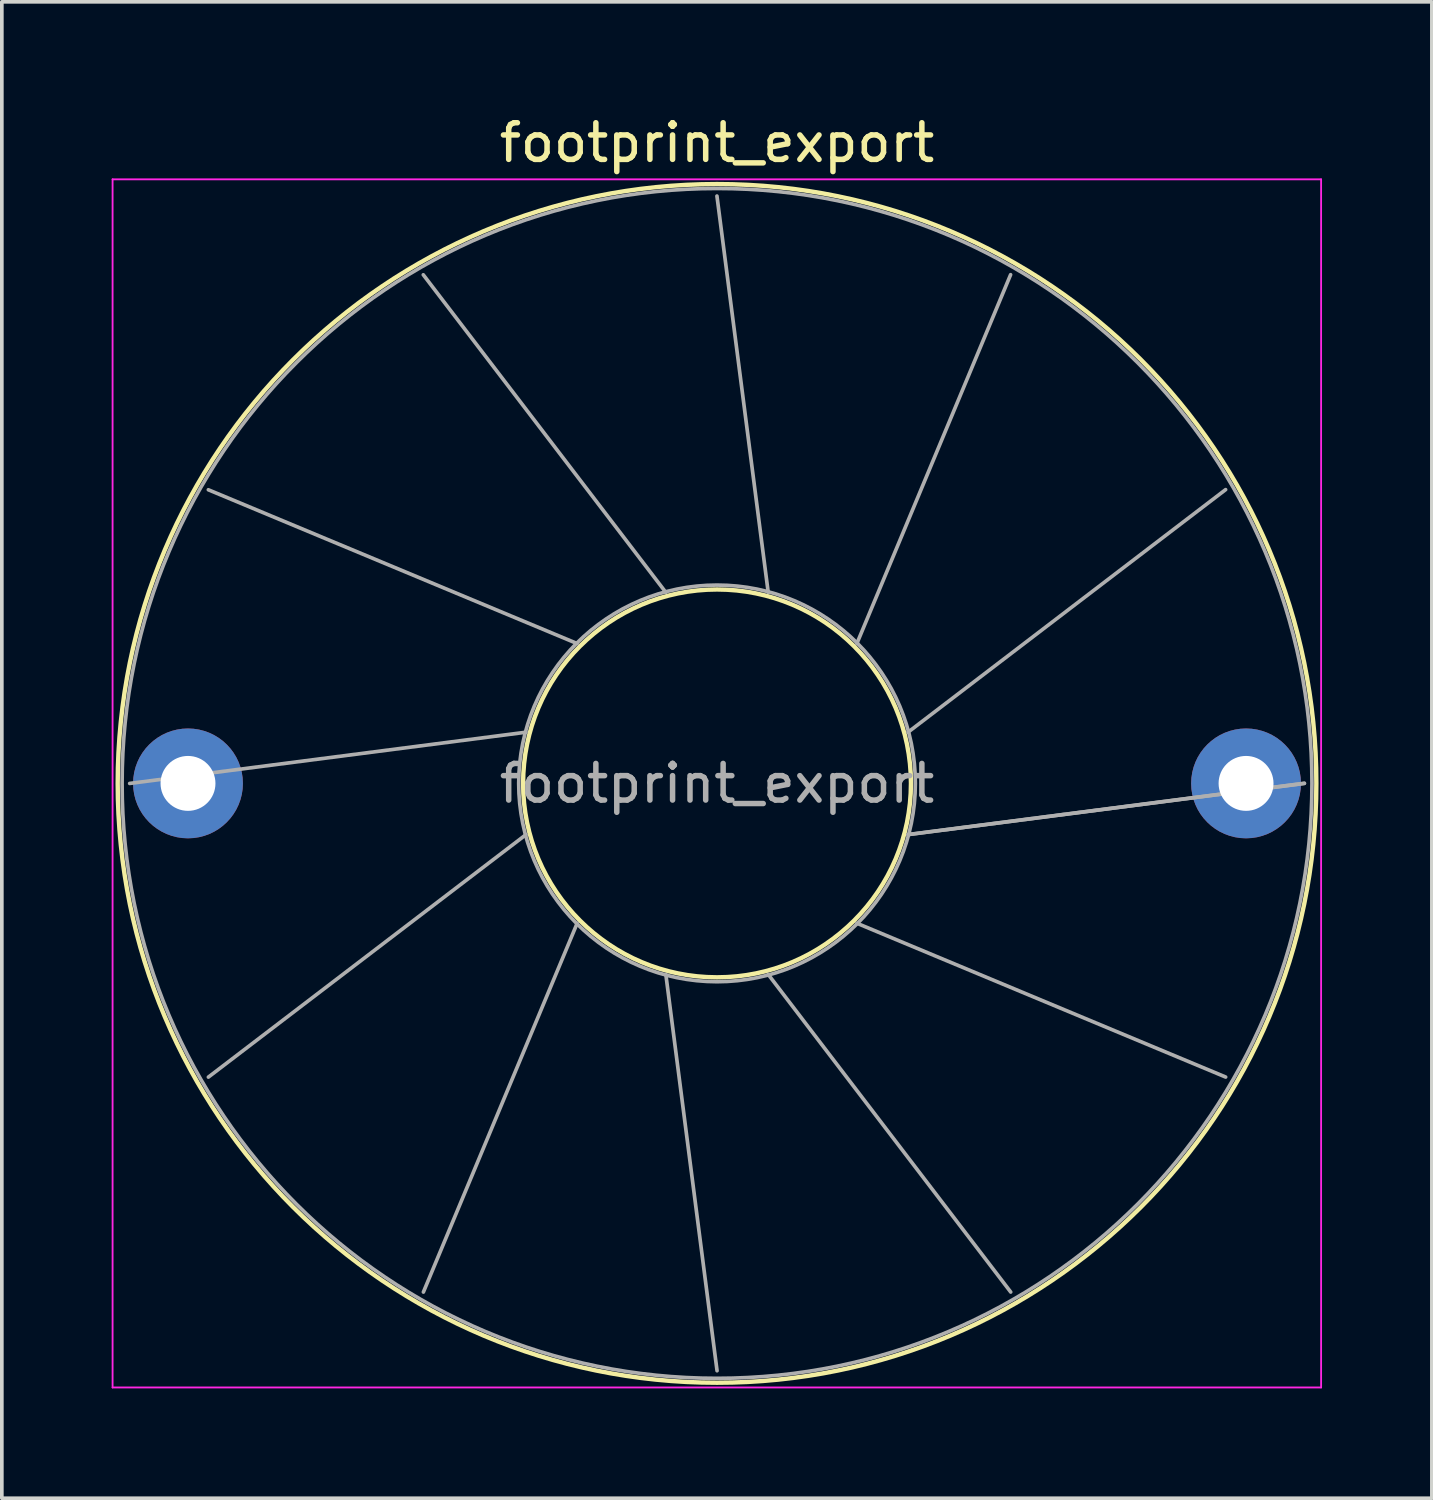
<source format=kicad_pcb>
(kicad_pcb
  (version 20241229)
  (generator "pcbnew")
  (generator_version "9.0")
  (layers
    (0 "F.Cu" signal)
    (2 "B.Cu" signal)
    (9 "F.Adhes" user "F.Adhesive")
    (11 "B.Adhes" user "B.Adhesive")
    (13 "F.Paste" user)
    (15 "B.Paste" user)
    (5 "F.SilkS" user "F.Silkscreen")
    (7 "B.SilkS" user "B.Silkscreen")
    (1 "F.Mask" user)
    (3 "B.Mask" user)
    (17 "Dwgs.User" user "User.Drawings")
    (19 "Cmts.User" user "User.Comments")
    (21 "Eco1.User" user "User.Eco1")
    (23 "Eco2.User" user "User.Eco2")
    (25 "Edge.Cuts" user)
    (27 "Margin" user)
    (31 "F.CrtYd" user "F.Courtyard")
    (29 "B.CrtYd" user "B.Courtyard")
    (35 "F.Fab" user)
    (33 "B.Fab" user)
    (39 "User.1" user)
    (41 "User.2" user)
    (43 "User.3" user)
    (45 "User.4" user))
  (footprint "footprint_export"
    (layer "F.Cu")
    (at 2.085 18.348)
    (property "Reference" "footprint_export" (at 14.45 -17.5 0) (layer "F.SilkS") (effects (font (size 1 1) (thickness 0.15))))
    (attr through_hole)
    (fp_circle (center 14.45 0) (end 19.747 0) (stroke (width 0.12) (type solid)) (fill no) (layer "F.SilkS"))
    (fp_circle (center 14.45 0) (end 30.82 0) (stroke (width 0.12) (type solid)) (fill no) (layer "F.SilkS"))
    (fp_line (start -2.06 -16.5) (end -2.06 16.5) (stroke (width 0.05) (type solid)) (layer "F.CrtYd"))
    (fp_line (start -2.06 16.5) (end 30.95 16.5) (stroke (width 0.05) (type solid)) (layer "F.CrtYd"))
    (fp_line (start 30.95 -16.5) (end -2.06 -16.5) (stroke (width 0.05) (type solid)) (layer "F.CrtYd"))
    (fp_line (start 30.95 16.5) (end 30.95 -16.5) (stroke (width 0.05) (type solid)) (layer "F.CrtYd"))
    (fp_line (start -1.593 0.001) (end 9.231 -1.398) (stroke (width 0.1) (type solid)) (layer "F.Fab"))
    (fp_line (start 0.556 -8.02) (end 10.629 -3.82) (stroke (width 0.1) (type solid)) (layer "F.Fab"))
    (fp_line (start 0.557 8.022) (end 9.232 1.399) (stroke (width 0.1) (type solid)) (layer "F.Fab"))
    (fp_line (start 6.427 -13.892) (end 13.051 -5.218) (stroke (width 0.1) (type solid)) (layer "F.Fab"))
    (fp_line (start 6.43 13.894) (end 10.63 3.82) (stroke (width 0.1) (type solid)) (layer "F.Fab"))
    (fp_line (start 14.448 -16.043) (end 15.848 -5.219) (stroke (width 0.1) (type solid)) (layer "F.Fab"))
    (fp_line (start 14.451 16.043) (end 13.052 5.219) (stroke (width 0.1) (type solid)) (layer "F.Fab"))
    (fp_line (start 22.469 -13.895) (end 18.27 -3.821) (stroke (width 0.1) (type solid)) (layer "F.Fab"))
    (fp_line (start 22.472 13.893) (end 15.848 5.218) (stroke (width 0.1) (type solid)) (layer "F.Fab"))
    (fp_line (start 28.342 -8.024) (end 19.668 -1.399) (stroke (width 0.1) (type solid)) (layer "F.Fab"))
    (fp_line (start 28.343 8.021) (end 18.27 3.82) (stroke (width 0.1) (type solid)) (layer "F.Fab"))
    (fp_line (start 30.493 -0.003) (end 19.669 1.397) (stroke (width 0.1) (type solid)) (layer "F.Fab"))
    (fp_line (start 30.493 0) (end 19.669 1.398) (stroke (width 0.1) (type solid)) (layer "F.Fab"))
    (fp_circle (center 14.45 0) (end 19.867 0) (stroke (width 0.1) (type solid)) (fill no) (layer "F.Fab"))
    (fp_circle (center 14.45 0) (end 30.7 0) (stroke (width 0.1) (type solid)) (fill no) (layer "F.Fab"))
    (fp_text user "${REFERENCE}" (at 14.45 0 0) (layer "F.Fab") (effects (font (size 1 1) (thickness 0.15))))
    (pad "1" thru_hole circle (at 0 0) (size 3 3) (drill 1.5) (layers "*.Cu" "*.Mask"))
    (pad "2" thru_hole circle (at 28.9 0) (size 3 3) (drill 1.5) (layers "*.Cu" "*.Mask")))
  (gr_rect
    (start -3 -3)
    (end 36.06 37.873)
    (stroke (width 0.1) (type default))
    (fill no)
    (layer "Edge.Cuts")))
</source>
